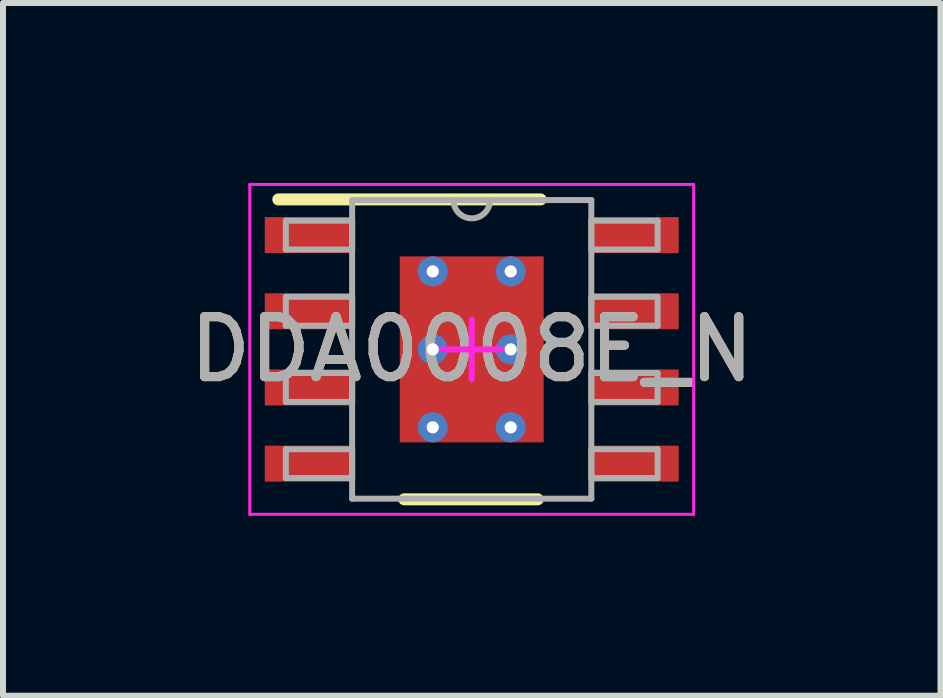
<source format=kicad_pcb>
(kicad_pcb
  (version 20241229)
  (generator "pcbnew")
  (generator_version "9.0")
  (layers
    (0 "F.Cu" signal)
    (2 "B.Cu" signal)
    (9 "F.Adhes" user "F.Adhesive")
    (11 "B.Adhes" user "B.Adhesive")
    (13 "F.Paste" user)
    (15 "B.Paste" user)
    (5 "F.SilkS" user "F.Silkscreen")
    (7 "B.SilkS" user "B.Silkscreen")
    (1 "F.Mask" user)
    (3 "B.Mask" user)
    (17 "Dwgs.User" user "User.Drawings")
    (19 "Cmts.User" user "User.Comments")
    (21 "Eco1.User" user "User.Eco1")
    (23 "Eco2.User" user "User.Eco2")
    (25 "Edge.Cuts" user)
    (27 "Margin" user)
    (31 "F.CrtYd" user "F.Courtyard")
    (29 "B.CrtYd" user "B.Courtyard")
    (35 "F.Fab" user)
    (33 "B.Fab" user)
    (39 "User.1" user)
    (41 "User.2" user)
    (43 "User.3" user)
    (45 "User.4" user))
  (footprint "DDA0008E_N"
    (layer "F.Cu")
    (at 4.815 2.775)
    (property "Reference" "DDA0008E_N" (at 0 0 0) (unlocked yes) (layer "F.SilkS") (effects (font (size 1 1) (thickness 0.15))))
    (attr smd)
    (fp_line (start -3.225 -2.5) (end 1.15 -2.5) (stroke (width 0.2) (type solid)) (layer "F.SilkS"))
    (fp_line (start -1.125 2.5) (end 1.1 2.5) (stroke (width 0.2) (type solid)) (layer "F.SilkS"))
    (fp_line (start -3.7 -2.75) (end 3.7 -2.75) (stroke (width 0.05) (type solid)) (layer "F.CrtYd"))
    (fp_line (start -3.7 2.75) (end -3.7 -2.75) (stroke (width 0.05) (type solid)) (layer "F.CrtYd"))
    (fp_line (start -3.7 2.75) (end 3.7 2.75) (stroke (width 0.05) (type solid)) (layer "F.CrtYd"))
    (fp_line (start -0.5 0) (end 0.5 0) (stroke (width 0.1) (type solid)) (layer "F.CrtYd"))
    (fp_line (start 0 0.5) (end 0 -0.5) (stroke (width 0.1) (type solid)) (layer "F.CrtYd"))
    (fp_line (start 3.7 2.75) (end 3.7 -2.75) (stroke (width 0.05) (type solid)) (layer "F.CrtYd"))
    (fp_line (start -3.099 -2.146) (end -1.994 -2.146) (stroke (width 0.1) (type solid)) (layer "F.Fab"))
    (fp_line (start -3.099 -1.664) (end -3.099 -2.146) (stroke (width 0.1) (type solid)) (layer "F.Fab"))
    (fp_line (start -3.099 -1.664) (end -1.994 -1.664) (stroke (width 0.1) (type solid)) (layer "F.Fab"))
    (fp_line (start -3.099 -0.876) (end -1.994 -0.876) (stroke (width 0.1) (type solid)) (layer "F.Fab"))
    (fp_line (start -3.099 -0.394) (end -3.099 -0.876) (stroke (width 0.1) (type solid)) (layer "F.Fab"))
    (fp_line (start -3.099 -0.394) (end -1.994 -0.394) (stroke (width 0.1) (type solid)) (layer "F.Fab"))
    (fp_line (start -3.099 0.394) (end -1.994 0.394) (stroke (width 0.1) (type solid)) (layer "F.Fab"))
    (fp_line (start -3.099 0.876) (end -3.099 0.394) (stroke (width 0.1) (type solid)) (layer "F.Fab"))
    (fp_line (start -3.099 0.876) (end -1.994 0.876) (stroke (width 0.1) (type solid)) (layer "F.Fab"))
    (fp_line (start -3.099 1.664) (end -1.994 1.664) (stroke (width 0.1) (type solid)) (layer "F.Fab"))
    (fp_line (start -3.099 2.146) (end -3.099 1.664) (stroke (width 0.1) (type solid)) (layer "F.Fab"))
    (fp_line (start -3.099 2.146) (end -1.994 2.146) (stroke (width 0.1) (type solid)) (layer "F.Fab"))
    (fp_line (start -1.994 -2.489) (end 1.994 -2.489) (stroke (width 0.1) (type solid)) (layer "F.Fab"))
    (fp_line (start -1.994 -1.664) (end -1.994 -2.146) (stroke (width 0.1) (type solid)) (layer "F.Fab"))
    (fp_line (start -1.994 -0.394) (end -1.994 -0.876) (stroke (width 0.1) (type solid)) (layer "F.Fab"))
    (fp_line (start -1.994 0.876) (end -1.994 0.394) (stroke (width 0.1) (type solid)) (layer "F.Fab"))
    (fp_line (start -1.994 2.146) (end -1.994 1.664) (stroke (width 0.1) (type solid)) (layer "F.Fab"))
    (fp_line (start -1.994 2.489) (end -1.994 -2.489) (stroke (width 0.1) (type solid)) (layer "F.Fab"))
    (fp_line (start -1.994 2.489) (end 1.994 2.489) (stroke (width 0.1) (type solid)) (layer "F.Fab"))
    (fp_line (start 1.994 -2.146) (end 3.099 -2.146) (stroke (width 0.1) (type solid)) (layer "F.Fab"))
    (fp_line (start 1.994 -1.664) (end 1.994 -2.146) (stroke (width 0.1) (type solid)) (layer "F.Fab"))
    (fp_line (start 1.994 -1.664) (end 3.099 -1.664) (stroke (width 0.1) (type solid)) (layer "F.Fab"))
    (fp_line (start 1.994 -0.876) (end 3.099 -0.876) (stroke (width 0.1) (type solid)) (layer "F.Fab"))
    (fp_line (start 1.994 -0.394) (end 1.994 -0.876) (stroke (width 0.1) (type solid)) (layer "F.Fab"))
    (fp_line (start 1.994 -0.394) (end 3.099 -0.394) (stroke (width 0.1) (type solid)) (layer "F.Fab"))
    (fp_line (start 1.994 0.394) (end 3.099 0.394) (stroke (width 0.1) (type solid)) (layer "F.Fab"))
    (fp_line (start 1.994 0.876) (end 1.994 0.394) (stroke (width 0.1) (type solid)) (layer "F.Fab"))
    (fp_line (start 1.994 0.876) (end 3.099 0.876) (stroke (width 0.1) (type solid)) (layer "F.Fab"))
    (fp_line (start 1.994 1.664) (end 3.099 1.664) (stroke (width 0.1) (type solid)) (layer "F.Fab"))
    (fp_line (start 1.994 2.146) (end 1.994 1.664) (stroke (width 0.1) (type solid)) (layer "F.Fab"))
    (fp_line (start 1.994 2.146) (end 3.099 2.146) (stroke (width 0.1) (type solid)) (layer "F.Fab"))
    (fp_line (start 1.994 2.489) (end 1.994 -2.489) (stroke (width 0.1) (type solid)) (layer "F.Fab"))
    (fp_line (start 3.099 -1.664) (end 3.099 -2.146) (stroke (width 0.1) (type solid)) (layer "F.Fab"))
    (fp_line (start 3.099 -0.394) (end 3.099 -0.876) (stroke (width 0.1) (type solid)) (layer "F.Fab"))
    (fp_line (start 3.099 0.876) (end 3.099 0.394) (stroke (width 0.1) (type solid)) (layer "F.Fab"))
    (fp_line (start 3.099 2.146) (end 3.099 1.664) (stroke (width 0.1) (type solid)) (layer "F.Fab"))
    (fp_arc (start 0.3048 -2.4892) (mid 0 -2.1844) (end -0.3048 -2.4892) (stroke (width 0.1) (type solid)) (layer "F.Fab"))
    (fp_text user "${REFERENCE}" (at 0 0 0) (unlocked yes) (layer "F.Fab") (effects (font (size 1 1) (thickness 0.15))))
    (pad "1" smd rect (at -2.725 -1.905 90) (size 0.6 1.45) (layers "F.Cu" "F.Mask" "F.Paste"))
    (pad "2" smd rect (at -2.725 -0.635 90) (size 0.6 1.45) (layers "F.Cu" "F.Mask" "F.Paste"))
    (pad "3" smd rect (at -2.725 0.635 90) (size 0.6 1.45) (layers "F.Cu" "F.Mask" "F.Paste"))
    (pad "4" smd rect (at -2.725 1.905 90) (size 0.6 1.45) (layers "F.Cu" "F.Mask" "F.Paste"))
    (pad "5" smd rect (at 2.725 1.905 90) (size 0.6 1.45) (layers "F.Cu" "F.Mask" "F.Paste"))
    (pad "6" smd rect (at 2.725 0.635 90) (size 0.6 1.45) (layers "F.Cu" "F.Mask" "F.Paste"))
    (pad "7" smd rect (at 2.725 -0.635 90) (size 0.6 1.45) (layers "F.Cu" "F.Mask" "F.Paste"))
    (pad "8" smd rect (at 2.725 -1.905 90) (size 0.6 1.45) (layers "F.Cu" "F.Mask" "F.Paste"))
    (pad "9" smd rect (at 0 0) (size 2.4 3.1) (layers "F.Cu" "F.Mask" "F.Paste"))
    (pad "V" thru_hole circle (at -0.65 -1.3) (size 0.5 0.5) (drill 0.203) (layers "*.Cu" "*.Mask"))
    (pad "V" thru_hole circle (at -0.65 0) (size 0.5 0.5) (drill 0.203) (layers "*.Cu" "*.Mask"))
    (pad "V" thru_hole circle (at -0.65 1.3) (size 0.5 0.5) (drill 0.203) (layers "*.Cu" "*.Mask"))
    (pad "V" thru_hole circle (at 0.65 -1.3) (size 0.5 0.5) (drill 0.203) (layers "*.Cu" "*.Mask"))
    (pad "V" thru_hole circle (at 0.65 0) (size 0.5 0.5) (drill 0.203) (layers "*.Cu" "*.Mask"))
    (pad "V" thru_hole circle (at 0.65 1.3) (size 0.5 0.5) (drill 0.203) (layers "*.Cu" "*.Mask")))
  (gr_rect
    (start -3 -3)
    (end 12.631 8.55)
    (stroke (width 0.1) (type default))
    (fill no)
    (layer "Edge.Cuts")))
</source>
